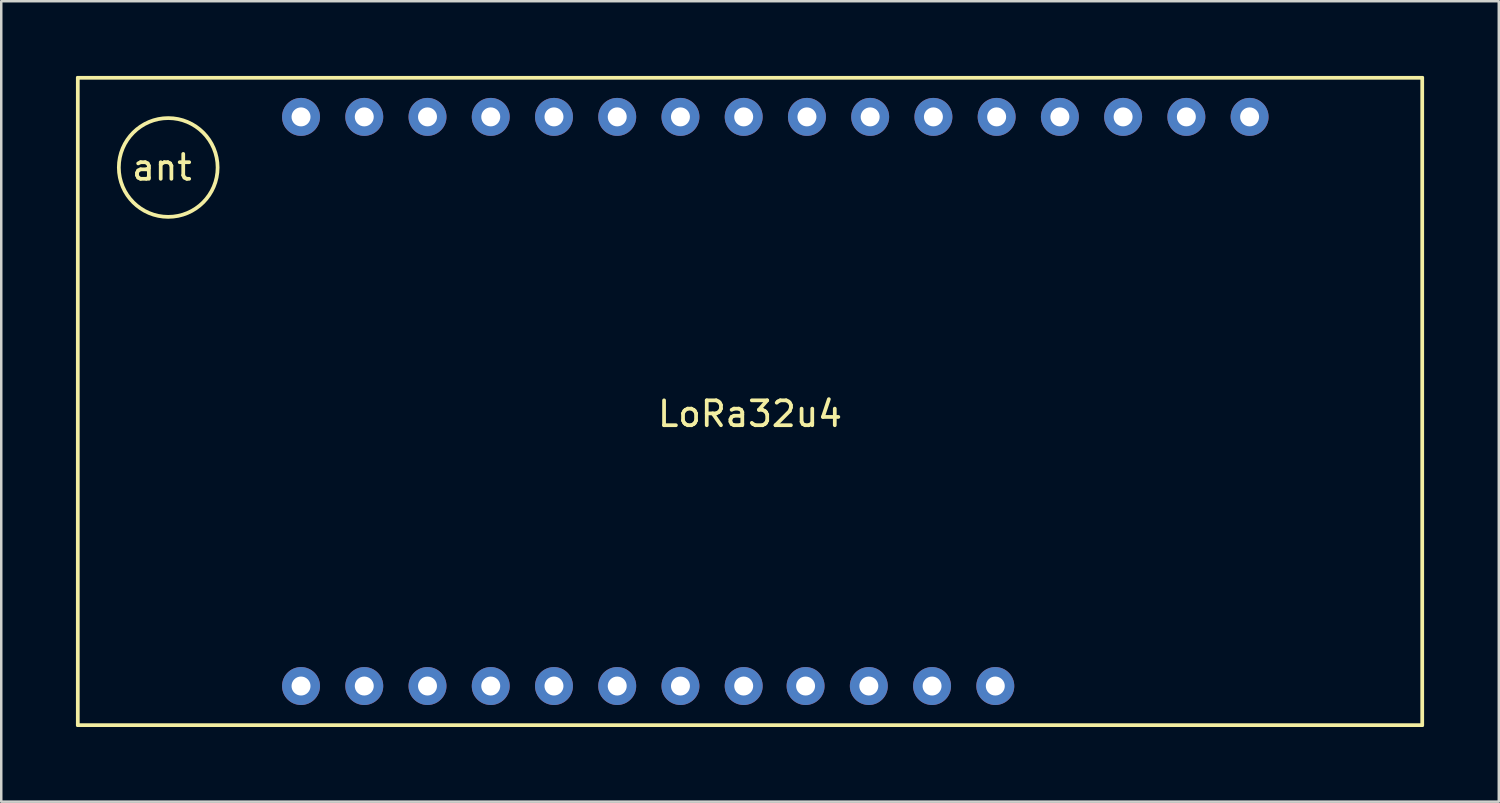
<source format=kicad_pcb>
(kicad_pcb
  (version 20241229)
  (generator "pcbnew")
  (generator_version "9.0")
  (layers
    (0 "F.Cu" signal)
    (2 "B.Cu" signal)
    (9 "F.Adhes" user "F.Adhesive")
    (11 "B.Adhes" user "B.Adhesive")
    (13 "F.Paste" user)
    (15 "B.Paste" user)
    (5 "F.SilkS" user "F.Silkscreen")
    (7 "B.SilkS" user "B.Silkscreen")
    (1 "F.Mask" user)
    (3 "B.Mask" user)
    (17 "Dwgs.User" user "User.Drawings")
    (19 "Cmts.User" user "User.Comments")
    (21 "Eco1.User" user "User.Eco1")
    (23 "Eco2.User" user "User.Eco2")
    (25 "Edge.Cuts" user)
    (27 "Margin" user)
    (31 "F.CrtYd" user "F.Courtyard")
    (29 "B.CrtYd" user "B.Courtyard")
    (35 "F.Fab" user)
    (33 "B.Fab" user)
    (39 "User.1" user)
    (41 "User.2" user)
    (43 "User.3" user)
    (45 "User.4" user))
  (footprint "LoRa32u4"
    (layer "F.Cu")
    (at 27.075 13.075)
    (property "Reference" "LoRa32u4" (at 0 0.5 0) (layer "F.SilkS") (effects (font (size 1 1) (thickness 0.15))))
    (attr through_hole)
    (fp_line (start -27 -13) (end 27 -13) (stroke (width 0.15) (type solid)) (layer "F.SilkS"))
    (fp_line (start -27 13) (end -27 -13) (stroke (width 0.15) (type solid)) (layer "F.SilkS"))
    (fp_line (start 27 -13) (end 27 13) (stroke (width 0.15) (type solid)) (layer "F.SilkS"))
    (fp_line (start 27 13) (end -27 13) (stroke (width 0.15) (type solid)) (layer "F.SilkS"))
    (fp_circle (center -23.368 -9.398) (end -24.638 -10.922) (stroke (width 0.15) (type solid)) (fill no) (layer "F.SilkS"))
    (fp_text user "ant" (at -23.622 -9.398 0) (layer "F.SilkS") (effects (font (size 1 1) (thickness 0.15))))
    (pad "1" thru_hole circle (at 20.066 -11.43) (size 1.524 1.524) (drill 0.762) (layers "*.Cu" "*.Mask"))
    (pad "2" thru_hole circle (at 17.526 -11.43) (size 1.524 1.524) (drill 0.762) (layers "*.Cu" "*.Mask"))
    (pad "3" thru_hole circle (at 14.986 -11.43) (size 1.524 1.524) (drill 0.762) (layers "*.Cu" "*.Mask"))
    (pad "4" thru_hole circle (at 12.446 -11.43) (size 1.524 1.524) (drill 0.762) (layers "*.Cu" "*.Mask"))
    (pad "5" thru_hole circle (at 9.906 -11.43) (size 1.524 1.524) (drill 0.762) (layers "*.Cu" "*.Mask"))
    (pad "6" thru_hole circle (at 7.366 -11.43) (size 1.524 1.524) (drill 0.762) (layers "*.Cu" "*.Mask"))
    (pad "7" thru_hole circle (at 4.826 -11.43) (size 1.524 1.524) (drill 0.762) (layers "*.Cu" "*.Mask"))
    (pad "8" thru_hole circle (at 2.286 -11.43) (size 1.524 1.524) (drill 0.762) (layers "*.Cu" "*.Mask"))
    (pad "9" thru_hole circle (at -0.254 -11.43) (size 1.524 1.524) (drill 0.762) (layers "*.Cu" "*.Mask"))
    (pad "10" thru_hole circle (at -2.794 -11.43) (size 1.524 1.524) (drill 0.762) (layers "*.Cu" "*.Mask"))
    (pad "11" thru_hole circle (at -5.334 -11.43) (size 1.524 1.524) (drill 0.762) (layers "*.Cu" "*.Mask"))
    (pad "12" thru_hole circle (at -7.874 -11.43) (size 1.524 1.524) (drill 0.762) (layers "*.Cu" "*.Mask"))
    (pad "13" thru_hole circle (at -10.414 -11.43) (size 1.524 1.524) (drill 0.762) (layers "*.Cu" "*.Mask"))
    (pad "14" thru_hole circle (at -12.954 -11.43) (size 1.524 1.524) (drill 0.762) (layers "*.Cu" "*.Mask"))
    (pad "15" thru_hole circle (at -15.494 -11.43) (size 1.524 1.524) (drill 0.762) (layers "*.Cu" "*.Mask"))
    (pad "16" thru_hole circle (at -18.034 -11.43) (size 1.524 1.524) (drill 0.762) (layers "*.Cu" "*.Mask"))
    (pad "19" thru_hole circle (at -18.034 11.43) (size 1.524 1.524) (drill 0.762) (layers "*.Cu" "*.Mask"))
    (pad "20" thru_hole circle (at -15.494 11.43) (size 1.524 1.524) (drill 0.762) (layers "*.Cu" "*.Mask"))
    (pad "21" thru_hole circle (at -12.954 11.43) (size 1.524 1.524) (drill 0.762) (layers "*.Cu" "*.Mask"))
    (pad "22" thru_hole circle (at -10.414 11.43) (size 1.524 1.524) (drill 0.762) (layers "*.Cu" "*.Mask"))
    (pad "23" thru_hole circle (at -7.874 11.43) (size 1.524 1.524) (drill 0.762) (layers "*.Cu" "*.Mask"))
    (pad "24" thru_hole circle (at -5.334 11.43) (size 1.524 1.524) (drill 0.762) (layers "*.Cu" "*.Mask"))
    (pad "25" thru_hole circle (at -2.794 11.43) (size 1.524 1.524) (drill 0.762) (layers "*.Cu" "*.Mask"))
    (pad "26" thru_hole circle (at -0.254 11.43) (size 1.524 1.524) (drill 0.762) (layers "*.Cu" "*.Mask"))
    (pad "27" thru_hole circle (at 2.232 11.43) (size 1.524 1.524) (drill 0.762) (layers "*.Cu" "*.Mask"))
    (pad "28" thru_hole circle (at 4.772 11.43) (size 1.524 1.524) (drill 0.762) (layers "*.Cu" "*.Mask"))
    (pad "29" thru_hole circle (at 7.312 11.43) (size 1.524 1.524) (drill 0.762) (layers "*.Cu" "*.Mask"))
    (pad "30" thru_hole circle (at 9.852 11.43) (size 1.524 1.524) (drill 0.762) (layers "*.Cu" "*.Mask")))
  (gr_rect
    (start -3 -3)
    (end 57.15 29.15)
    (stroke (width 0.1) (type default))
    (fill no)
    (layer "Edge.Cuts")))
</source>
